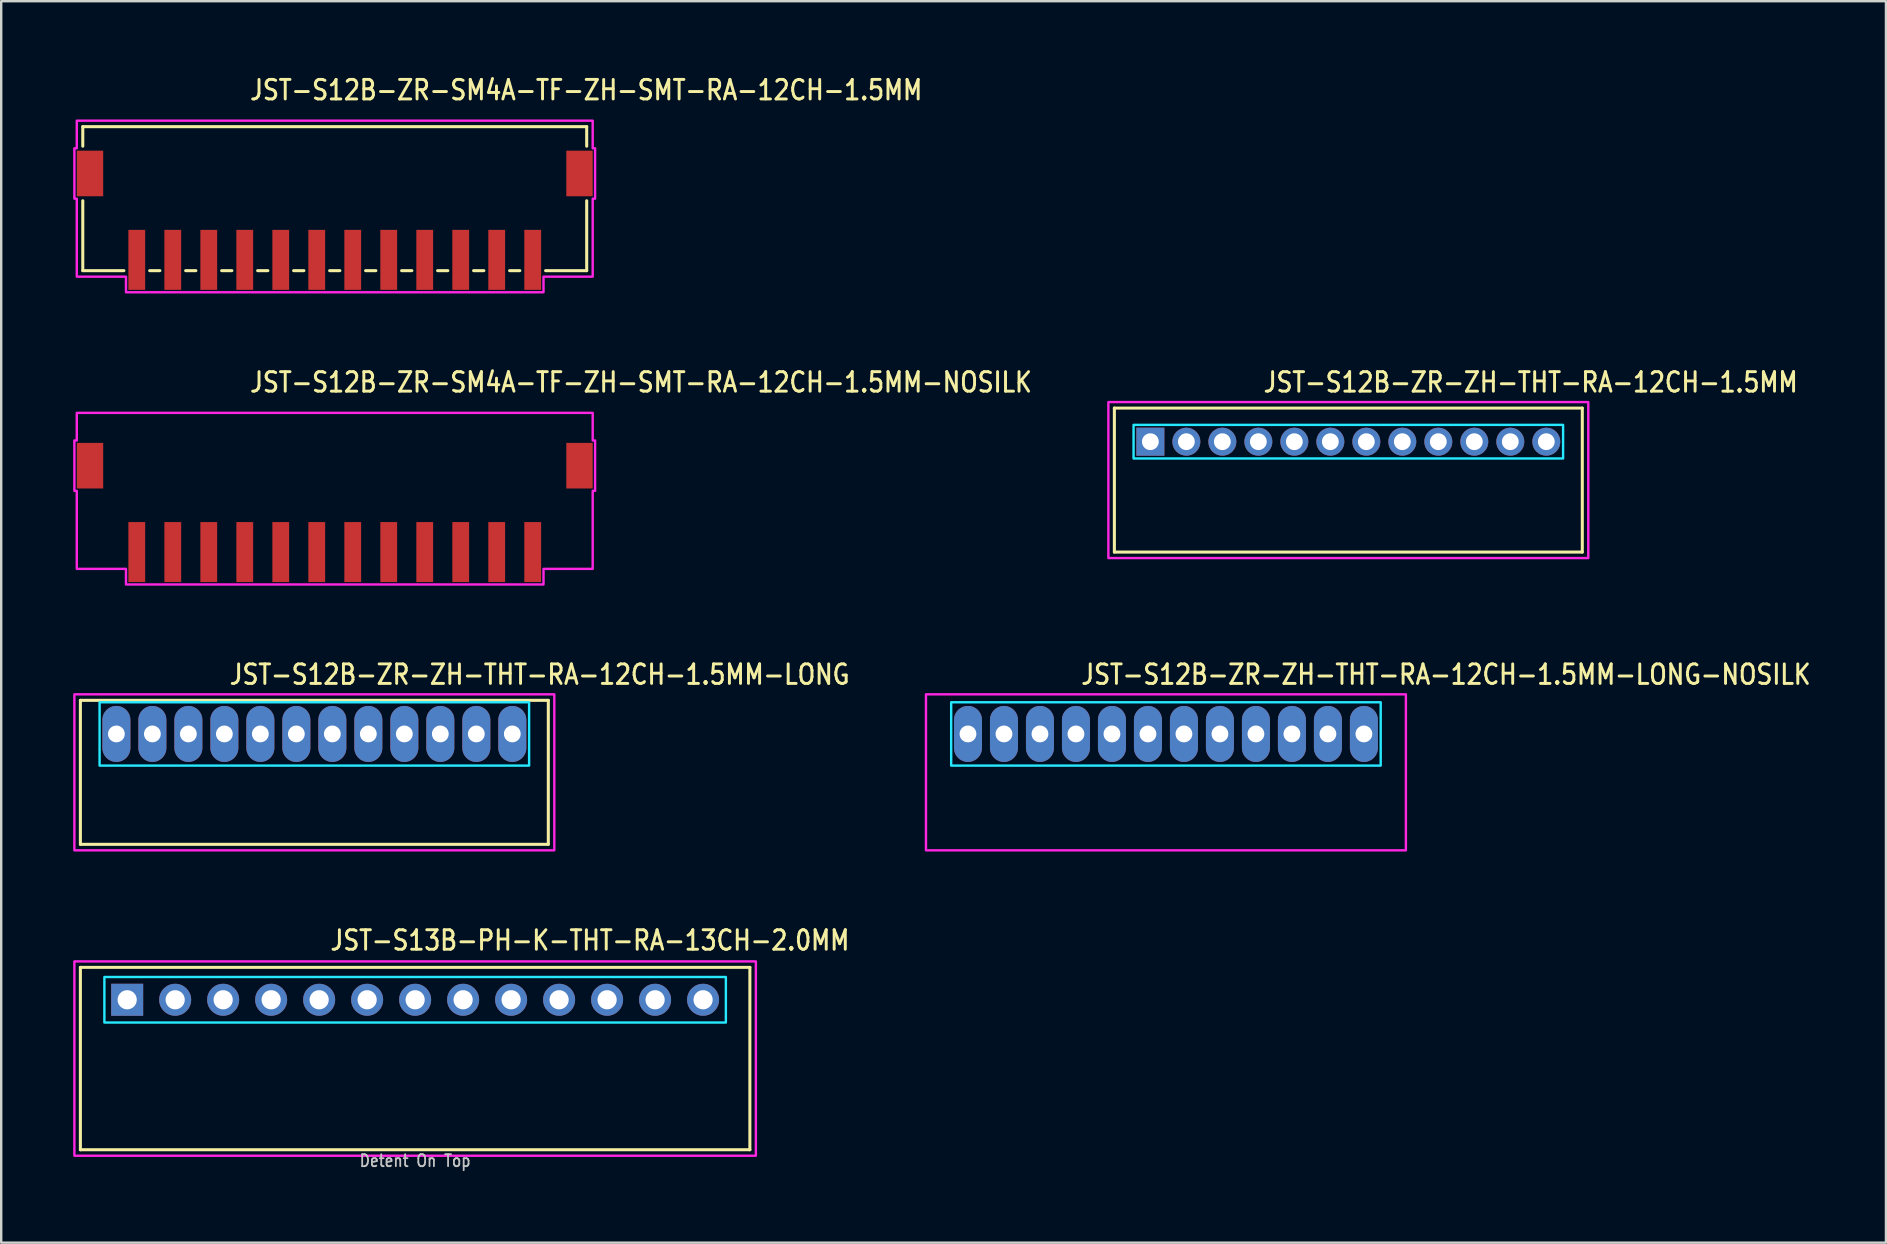
<source format=kicad_pcb>
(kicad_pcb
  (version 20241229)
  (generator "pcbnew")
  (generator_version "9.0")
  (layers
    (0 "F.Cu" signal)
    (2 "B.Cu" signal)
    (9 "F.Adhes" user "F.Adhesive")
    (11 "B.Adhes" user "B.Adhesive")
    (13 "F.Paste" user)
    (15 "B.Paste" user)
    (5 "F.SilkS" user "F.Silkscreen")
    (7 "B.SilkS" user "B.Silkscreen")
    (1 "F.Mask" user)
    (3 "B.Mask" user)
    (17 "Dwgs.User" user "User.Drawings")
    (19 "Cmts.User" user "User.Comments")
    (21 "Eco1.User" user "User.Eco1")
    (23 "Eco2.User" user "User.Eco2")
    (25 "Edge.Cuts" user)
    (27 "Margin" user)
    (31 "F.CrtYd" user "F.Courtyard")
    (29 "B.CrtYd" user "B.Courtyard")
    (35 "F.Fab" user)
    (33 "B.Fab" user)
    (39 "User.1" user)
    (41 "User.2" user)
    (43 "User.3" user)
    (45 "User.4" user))
  (footprint "JST-S12B-ZR-SM4A-TF-ZH-SMT-RA-12CH-1.5MM"
    (layer "F.Cu")
    (at 10.9 4.179)
    (property "Reference" "JST-S12B-ZR-SM4A-TF-ZH-SMT-RA-12CH-1.5MM" (at -3.6 -3 0) (unlocked yes) (layer "F.SilkS") (effects (font (size 0.813 0.695) (thickness 0.122)) (justify left bottom)))
    (fp_line (start -10.5 -1.95) (end -10.5 -1.137) (stroke (width 0.127) (type solid)) (layer "F.SilkS"))
    (fp_line (start -10.5 -1.95) (end 10.5 -1.95) (stroke (width 0.127) (type solid)) (layer "F.SilkS"))
    (fp_line (start -10.5 4.05) (end -10.5 1.137) (stroke (width 0.127) (type solid)) (layer "F.SilkS"))
    (fp_line (start -10.5 4.05) (end -8.787 4.05) (stroke (width 0.127) (type solid)) (layer "F.SilkS"))
    (fp_line (start -7.713 4.05) (end -7.287 4.05) (stroke (width 0.127) (type solid)) (layer "F.SilkS"))
    (fp_line (start -6.213 4.05) (end -5.787 4.05) (stroke (width 0.127) (type solid)) (layer "F.SilkS"))
    (fp_line (start -4.713 4.05) (end -4.287 4.05) (stroke (width 0.127) (type solid)) (layer "F.SilkS"))
    (fp_line (start -3.213 4.05) (end -2.787 4.05) (stroke (width 0.127) (type solid)) (layer "F.SilkS"))
    (fp_line (start -1.714 4.05) (end -1.286 4.05) (stroke (width 0.127) (type solid)) (layer "F.SilkS"))
    (fp_line (start -0.213 4.05) (end 0.213 4.05) (stroke (width 0.127) (type solid)) (layer "F.SilkS"))
    (fp_line (start 1.286 4.05) (end 1.714 4.05) (stroke (width 0.127) (type solid)) (layer "F.SilkS"))
    (fp_line (start 2.787 4.05) (end 3.213 4.05) (stroke (width 0.127) (type solid)) (layer "F.SilkS"))
    (fp_line (start 4.287 4.05) (end 4.713 4.05) (stroke (width 0.127) (type solid)) (layer "F.SilkS"))
    (fp_line (start 5.787 4.05) (end 6.213 4.05) (stroke (width 0.127) (type solid)) (layer "F.SilkS"))
    (fp_line (start 7.287 4.05) (end 7.713 4.05) (stroke (width 0.127) (type solid)) (layer "F.SilkS"))
    (fp_line (start 8.787 4.05) (end 10.5 4.05) (stroke (width 0.127) (type solid)) (layer "F.SilkS"))
    (fp_line (start 10.5 -1.137) (end 10.5 -1.95) (stroke (width 0.127) (type solid)) (layer "F.SilkS"))
    (fp_line (start 10.5 1.137) (end 10.5 4.05) (stroke (width 0.127) (type solid)) (layer "F.SilkS"))
    (fp_poly (pts (xy -10.75 -2.2) (xy -10.75 -1.05) (xy -10.85 -1.05) (xy -10.85 1.05) (xy -10.75 1.05) (xy -10.75 4.3) (xy -8.7 4.3) (xy -8.7 4.95) (xy 8.7 4.95) (xy 8.7 4.3) (xy 10.75 4.3) (xy 10.75 1.05) (xy 10.85 1.05) (xy 10.85 -1.05) (xy 10.75 -1.05) (xy 10.75 -2.2)) (stroke (width 0.1) (type solid)) (fill no) (layer "F.CrtYd"))
    (pad "1" smd rect (at 8.25 3.6) (size 0.7 2.5) (layers "F.Cu" "F.Mask" "F.Paste"))
    (pad "2" smd rect (at 6.75 3.6) (size 0.7 2.5) (layers "F.Cu" "F.Mask" "F.Paste"))
    (pad "3" smd rect (at 5.25 3.6) (size 0.7 2.5) (layers "F.Cu" "F.Mask" "F.Paste"))
    (pad "4" smd rect (at 3.75 3.6) (size 0.7 2.5) (layers "F.Cu" "F.Mask" "F.Paste"))
    (pad "5" smd rect (at 2.25 3.6) (size 0.7 2.5) (layers "F.Cu" "F.Mask" "F.Paste"))
    (pad "6" smd rect (at 0.75 3.6) (size 0.7 2.5) (layers "F.Cu" "F.Mask" "F.Paste"))
    (pad "7" smd rect (at -0.75 3.6) (size 0.7 2.5) (layers "F.Cu" "F.Mask" "F.Paste"))
    (pad "8" smd rect (at -2.25 3.6) (size 0.7 2.5) (layers "F.Cu" "F.Mask" "F.Paste"))
    (pad "9" smd rect (at -3.75 3.6) (size 0.7 2.5) (layers "F.Cu" "F.Mask" "F.Paste"))
    (pad "10" smd rect (at -5.25 3.6) (size 0.7 2.5) (layers "F.Cu" "F.Mask" "F.Paste"))
    (pad "11" smd rect (at -6.75 3.6) (size 0.7 2.5) (layers "F.Cu" "F.Mask" "F.Paste"))
    (pad "12" smd rect (at -8.25 3.6) (size 0.7 2.5) (layers "F.Cu" "F.Mask" "F.Paste"))
    (pad "S_1" smd rect (at -10.2 0) (size 1.1 1.9) (layers "F.Cu" "F.Mask" "F.Paste"))
    (pad "S_2" smd rect (at 10.2 0) (size 1.1 1.9) (layers "F.Cu" "F.Mask" "F.Paste")))
  (footprint "JST-S12B-ZR-ZH-THT-RA-12CH-1.5MM-LONG"
    (layer "F.Cu")
    (at 10.05 27.536)
    (property "Reference" "JST-S12B-ZR-ZH-THT-RA-12CH-1.5MM-LONG" (at -3.6 -2 0) (unlocked yes) (layer "F.SilkS") (effects (font (size 0.813 0.695) (thickness 0.122)) (justify left bottom)))
    (fp_line (start -9.75 -1.4) (end 9.75 -1.4) (stroke (width 0.127) (type solid)) (layer "F.SilkS"))
    (fp_line (start -9.75 4.6) (end -9.75 -1.4) (stroke (width 0.127) (type solid)) (layer "F.SilkS"))
    (fp_line (start -9.75 4.6) (end 9.75 4.6) (stroke (width 0.127) (type solid)) (layer "F.SilkS"))
    (fp_line (start 9.75 -1.4) (end 9.75 4.6) (stroke (width 0.127) (type solid)) (layer "F.SilkS"))
    (fp_poly (pts (xy -8.95 -1.32) (xy -8.95 1.32) (xy 8.95 1.32) (xy 8.95 -1.32)) (stroke (width 0.1) (type solid)) (fill no) (layer "B.CrtYd"))
    (fp_poly (pts (xy -10 -1.65) (xy -10 4.85) (xy 10 4.85) (xy 10 -1.65)) (stroke (width 0.1) (type solid)) (fill no) (layer "F.CrtYd"))
    (pad "1" thru_hole oval (at -8.25 0 90) (size 2.333 1.167) (drill 0.7) (layers "*.Cu" "*.Mask"))
    (pad "2" thru_hole oval (at -6.75 0 90) (size 2.333 1.167) (drill 0.7) (layers "*.Cu" "*.Mask"))
    (pad "3" thru_hole oval (at -5.25 0 90) (size 2.333 1.167) (drill 0.7) (layers "*.Cu" "*.Mask"))
    (pad "4" thru_hole oval (at -3.75 0 90) (size 2.333 1.167) (drill 0.7) (layers "*.Cu" "*.Mask"))
    (pad "5" thru_hole oval (at -2.25 0 90) (size 2.333 1.167) (drill 0.7) (layers "*.Cu" "*.Mask"))
    (pad "6" thru_hole oval (at -0.75 0 90) (size 2.333 1.167) (drill 0.7) (layers "*.Cu" "*.Mask"))
    (pad "7" thru_hole oval (at 0.75 0 90) (size 2.333 1.167) (drill 0.7) (layers "*.Cu" "*.Mask"))
    (pad "8" thru_hole oval (at 2.25 0 90) (size 2.333 1.167) (drill 0.7) (layers "*.Cu" "*.Mask"))
    (pad "9" thru_hole oval (at 3.75 0 90) (size 2.333 1.167) (drill 0.7) (layers "*.Cu" "*.Mask"))
    (pad "10" thru_hole oval (at 5.25 0 90) (size 2.333 1.167) (drill 0.7) (layers "*.Cu" "*.Mask"))
    (pad "11" thru_hole oval (at 6.75 0 90) (size 2.333 1.167) (drill 0.7) (layers "*.Cu" "*.Mask"))
    (pad "12" thru_hole oval (at 8.25 0 90) (size 2.333 1.167) (drill 0.7) (layers "*.Cu" "*.Mask")))
  (footprint "JST-S12B-ZR-SM4A-TF-ZH-SMT-RA-12CH-1.5MM-NOSILK"
    (layer "F.Cu")
    (at 10.9 16.357)
    (property "Reference" "JST-S12B-ZR-SM4A-TF-ZH-SMT-RA-12CH-1.5MM-NOSILK" (at -3.6 -3 0) (unlocked yes) (layer "F.SilkS") (effects (font (size 0.813 0.695) (thickness 0.122)) (justify left bottom)))
    (fp_poly (pts (xy -10.75 -2.2) (xy -10.75 -1.05) (xy -10.85 -1.05) (xy -10.85 1.05) (xy -10.75 1.05) (xy -10.75 4.3) (xy -8.7 4.3) (xy -8.7 4.95) (xy 8.7 4.95) (xy 8.7 4.3) (xy 10.75 4.3) (xy 10.75 1.05) (xy 10.85 1.05) (xy 10.85 -1.05) (xy 10.75 -1.05) (xy 10.75 -2.2)) (stroke (width 0.1) (type solid)) (fill no) (layer "F.CrtYd"))
    (pad "1" smd rect (at 8.25 3.6) (size 0.7 2.5) (layers "F.Cu" "F.Mask" "F.Paste"))
    (pad "2" smd rect (at 6.75 3.6) (size 0.7 2.5) (layers "F.Cu" "F.Mask" "F.Paste"))
    (pad "3" smd rect (at 5.25 3.6) (size 0.7 2.5) (layers "F.Cu" "F.Mask" "F.Paste"))
    (pad "4" smd rect (at 3.75 3.6) (size 0.7 2.5) (layers "F.Cu" "F.Mask" "F.Paste"))
    (pad "5" smd rect (at 2.25 3.6) (size 0.7 2.5) (layers "F.Cu" "F.Mask" "F.Paste"))
    (pad "6" smd rect (at 0.75 3.6) (size 0.7 2.5) (layers "F.Cu" "F.Mask" "F.Paste"))
    (pad "7" smd rect (at -0.75 3.6) (size 0.7 2.5) (layers "F.Cu" "F.Mask" "F.Paste"))
    (pad "8" smd rect (at -2.25 3.6) (size 0.7 2.5) (layers "F.Cu" "F.Mask" "F.Paste"))
    (pad "9" smd rect (at -3.75 3.6) (size 0.7 2.5) (layers "F.Cu" "F.Mask" "F.Paste"))
    (pad "10" smd rect (at -5.25 3.6) (size 0.7 2.5) (layers "F.Cu" "F.Mask" "F.Paste"))
    (pad "11" smd rect (at -6.75 3.6) (size 0.7 2.5) (layers "F.Cu" "F.Mask" "F.Paste"))
    (pad "12" smd rect (at -8.25 3.6) (size 0.7 2.5) (layers "F.Cu" "F.Mask" "F.Paste"))
    (pad "S_1" smd rect (at -10.2 0) (size 1.1 1.9) (layers "F.Cu" "F.Mask" "F.Paste"))
    (pad "S_2" smd rect (at 10.2 0) (size 1.1 1.9) (layers "F.Cu" "F.Mask" "F.Paste")))
  (footprint "JST-S13B-PH-K-THT-RA-13CH-2.0MM"
    (layer "F.Cu")
    (at 14.25 38.614)
    (property "Reference" "JST-S13B-PH-K-THT-RA-13CH-2.0MM" (at -3.6 -2 0) (unlocked yes) (layer "F.SilkS") (effects (font (size 0.813 0.695) (thickness 0.122)) (justify left bottom)))
    (fp_line (start -13.95 -1.35) (end 13.95 -1.35) (stroke (width 0.127) (type solid)) (layer "F.SilkS"))
    (fp_line (start -13.95 6.25) (end -13.95 -1.35) (stroke (width 0.127) (type solid)) (layer "F.SilkS"))
    (fp_line (start -13.95 6.25) (end 13.95 6.25) (stroke (width 0.127) (type solid)) (layer "F.SilkS"))
    (fp_line (start 13.95 -1.35) (end 13.95 6.25) (stroke (width 0.127) (type solid)) (layer "F.SilkS"))
    (fp_poly (pts (xy -12.95 -0.95) (xy -12.95 0.95) (xy 12.95 0.95) (xy 12.95 -0.95)) (stroke (width 0.1) (type solid)) (fill no) (layer "B.CrtYd"))
    (fp_poly (pts (xy -14.2 -1.6) (xy -14.2 6.5) (xy 14.2 6.5) (xy 14.2 -1.6)) (stroke (width 0.1) (type solid)) (fill no) (layer "F.CrtYd"))
    (fp_text user "Detent On Top" (at 0 7 0) (unlocked yes) (layer "Dwgs.User") (effects (font (size 0.5 0.427) (thickness 0.075)) (justify bottom)))
    (pad "1" thru_hole rect (at -12 0) (size 1.333 1.333) (drill 0.8) (layers "*.Cu" "*.Mask"))
    (pad "2" thru_hole oval (at -10 0) (size 1.333 1.333) (drill 0.8) (layers "*.Cu" "*.Mask"))
    (pad "3" thru_hole oval (at -8 0) (size 1.333 1.333) (drill 0.8) (layers "*.Cu" "*.Mask"))
    (pad "4" thru_hole oval (at -6 0) (size 1.333 1.333) (drill 0.8) (layers "*.Cu" "*.Mask"))
    (pad "5" thru_hole oval (at -4 0) (size 1.333 1.333) (drill 0.8) (layers "*.Cu" "*.Mask"))
    (pad "6" thru_hole oval (at -2 0) (size 1.333 1.333) (drill 0.8) (layers "*.Cu" "*.Mask"))
    (pad "7" thru_hole oval (at 0 0) (size 1.333 1.333) (drill 0.8) (layers "*.Cu" "*.Mask"))
    (pad "8" thru_hole oval (at 2 0) (size 1.333 1.333) (drill 0.8) (layers "*.Cu" "*.Mask"))
    (pad "9" thru_hole oval (at 4 0) (size 1.333 1.333) (drill 0.8) (layers "*.Cu" "*.Mask"))
    (pad "10" thru_hole oval (at 6 0) (size 1.333 1.333) (drill 0.8) (layers "*.Cu" "*.Mask"))
    (pad "11" thru_hole oval (at 8 0) (size 1.333 1.333) (drill 0.8) (layers "*.Cu" "*.Mask"))
    (pad "12" thru_hole oval (at 10 0) (size 1.333 1.333) (drill 0.8) (layers "*.Cu" "*.Mask"))
    (pad "13" thru_hole oval (at 12 0) (size 1.333 1.333) (drill 0.8) (layers "*.Cu" "*.Mask")))
  (footprint "JST-S12B-ZR-ZH-THT-RA-12CH-1.5MM-LONG-NOSILK"
    (layer "F.Cu")
    (at 45.539 27.536)
    (property "Reference" "JST-S12B-ZR-ZH-THT-RA-12CH-1.5MM-LONG-NOSILK" (at -3.6 -2 0) (unlocked yes) (layer "F.SilkS") (effects (font (size 0.813 0.695) (thickness 0.122)) (justify left bottom)))
    (fp_poly (pts (xy -8.95 -1.32) (xy -8.95 1.32) (xy 8.95 1.32) (xy 8.95 -1.32)) (stroke (width 0.1) (type solid)) (fill no) (layer "B.CrtYd"))
    (fp_poly (pts (xy -10 -1.65) (xy -10 4.85) (xy 10 4.85) (xy 10 -1.65)) (stroke (width 0.1) (type solid)) (fill no) (layer "F.CrtYd"))
    (pad "1" thru_hole oval (at -8.25 0 90) (size 2.333 1.167) (drill 0.7) (layers "*.Cu" "*.Mask"))
    (pad "2" thru_hole oval (at -6.75 0 90) (size 2.333 1.167) (drill 0.7) (layers "*.Cu" "*.Mask"))
    (pad "3" thru_hole oval (at -5.25 0 90) (size 2.333 1.167) (drill 0.7) (layers "*.Cu" "*.Mask"))
    (pad "4" thru_hole oval (at -3.75 0 90) (size 2.333 1.167) (drill 0.7) (layers "*.Cu" "*.Mask"))
    (pad "5" thru_hole oval (at -2.25 0 90) (size 2.333 1.167) (drill 0.7) (layers "*.Cu" "*.Mask"))
    (pad "6" thru_hole oval (at -0.75 0 90) (size 2.333 1.167) (drill 0.7) (layers "*.Cu" "*.Mask"))
    (pad "7" thru_hole oval (at 0.75 0 90) (size 2.333 1.167) (drill 0.7) (layers "*.Cu" "*.Mask"))
    (pad "8" thru_hole oval (at 2.25 0 90) (size 2.333 1.167) (drill 0.7) (layers "*.Cu" "*.Mask"))
    (pad "9" thru_hole oval (at 3.75 0 90) (size 2.333 1.167) (drill 0.7) (layers "*.Cu" "*.Mask"))
    (pad "10" thru_hole oval (at 5.25 0 90) (size 2.333 1.167) (drill 0.7) (layers "*.Cu" "*.Mask"))
    (pad "11" thru_hole oval (at 6.75 0 90) (size 2.333 1.167) (drill 0.7) (layers "*.Cu" "*.Mask"))
    (pad "12" thru_hole oval (at 8.25 0 90) (size 2.333 1.167) (drill 0.7) (layers "*.Cu" "*.Mask")))
  (footprint "JST-S12B-ZR-ZH-THT-RA-12CH-1.5MM"
    (layer "F.Cu")
    (at 53.14 15.357)
    (property "Reference" "JST-S12B-ZR-ZH-THT-RA-12CH-1.5MM" (at -3.6 -2 0) (unlocked yes) (layer "F.SilkS") (effects (font (size 0.813 0.695) (thickness 0.122)) (justify left bottom)))
    (fp_line (start -9.75 -1.4) (end 9.75 -1.4) (stroke (width 0.127) (type solid)) (layer "F.SilkS"))
    (fp_line (start -9.75 4.6) (end -9.75 -1.4) (stroke (width 0.127) (type solid)) (layer "F.SilkS"))
    (fp_line (start -9.75 4.6) (end 9.75 4.6) (stroke (width 0.127) (type solid)) (layer "F.SilkS"))
    (fp_line (start 9.75 -1.4) (end 9.75 4.6) (stroke (width 0.127) (type solid)) (layer "F.SilkS"))
    (fp_poly (pts (xy -8.95 -0.7) (xy -8.95 0.7) (xy 8.95 0.7) (xy 8.95 -0.7)) (stroke (width 0.1) (type solid)) (fill no) (layer "B.CrtYd"))
    (fp_poly (pts (xy -10 -1.65) (xy -10 4.85) (xy 10 4.85) (xy 10 -1.65)) (stroke (width 0.1) (type solid)) (fill no) (layer "F.CrtYd"))
    (pad "1" thru_hole rect (at -8.25 0) (size 1.167 1.167) (drill 0.7) (layers "*.Cu" "*.Mask"))
    (pad "2" thru_hole oval (at -6.75 0) (size 1.167 1.167) (drill 0.7) (layers "*.Cu" "*.Mask"))
    (pad "3" thru_hole oval (at -5.25 0) (size 1.167 1.167) (drill 0.7) (layers "*.Cu" "*.Mask"))
    (pad "4" thru_hole oval (at -3.75 0) (size 1.167 1.167) (drill 0.7) (layers "*.Cu" "*.Mask"))
    (pad "5" thru_hole oval (at -2.25 0) (size 1.167 1.167) (drill 0.7) (layers "*.Cu" "*.Mask"))
    (pad "6" thru_hole oval (at -0.75 0) (size 1.167 1.167) (drill 0.7) (layers "*.Cu" "*.Mask"))
    (pad "7" thru_hole oval (at 0.75 0) (size 1.167 1.167) (drill 0.7) (layers "*.Cu" "*.Mask"))
    (pad "8" thru_hole oval (at 2.25 0) (size 1.167 1.167) (drill 0.7) (layers "*.Cu" "*.Mask"))
    (pad "9" thru_hole oval (at 3.75 0) (size 1.167 1.167) (drill 0.7) (layers "*.Cu" "*.Mask"))
    (pad "10" thru_hole oval (at 5.25 0) (size 1.167 1.167) (drill 0.7) (layers "*.Cu" "*.Mask"))
    (pad "11" thru_hole oval (at 6.75 0) (size 1.167 1.167) (drill 0.7) (layers "*.Cu" "*.Mask"))
    (pad "12" thru_hole oval (at 8.25 0) (size 1.167 1.167) (drill 0.7) (layers "*.Cu" "*.Mask")))
  (gr_rect
    (start -3 -3)
    (end 75.545 48.737)
    (stroke (width 0.1) (type default))
    (fill no)
    (layer "Edge.Cuts")))
</source>
